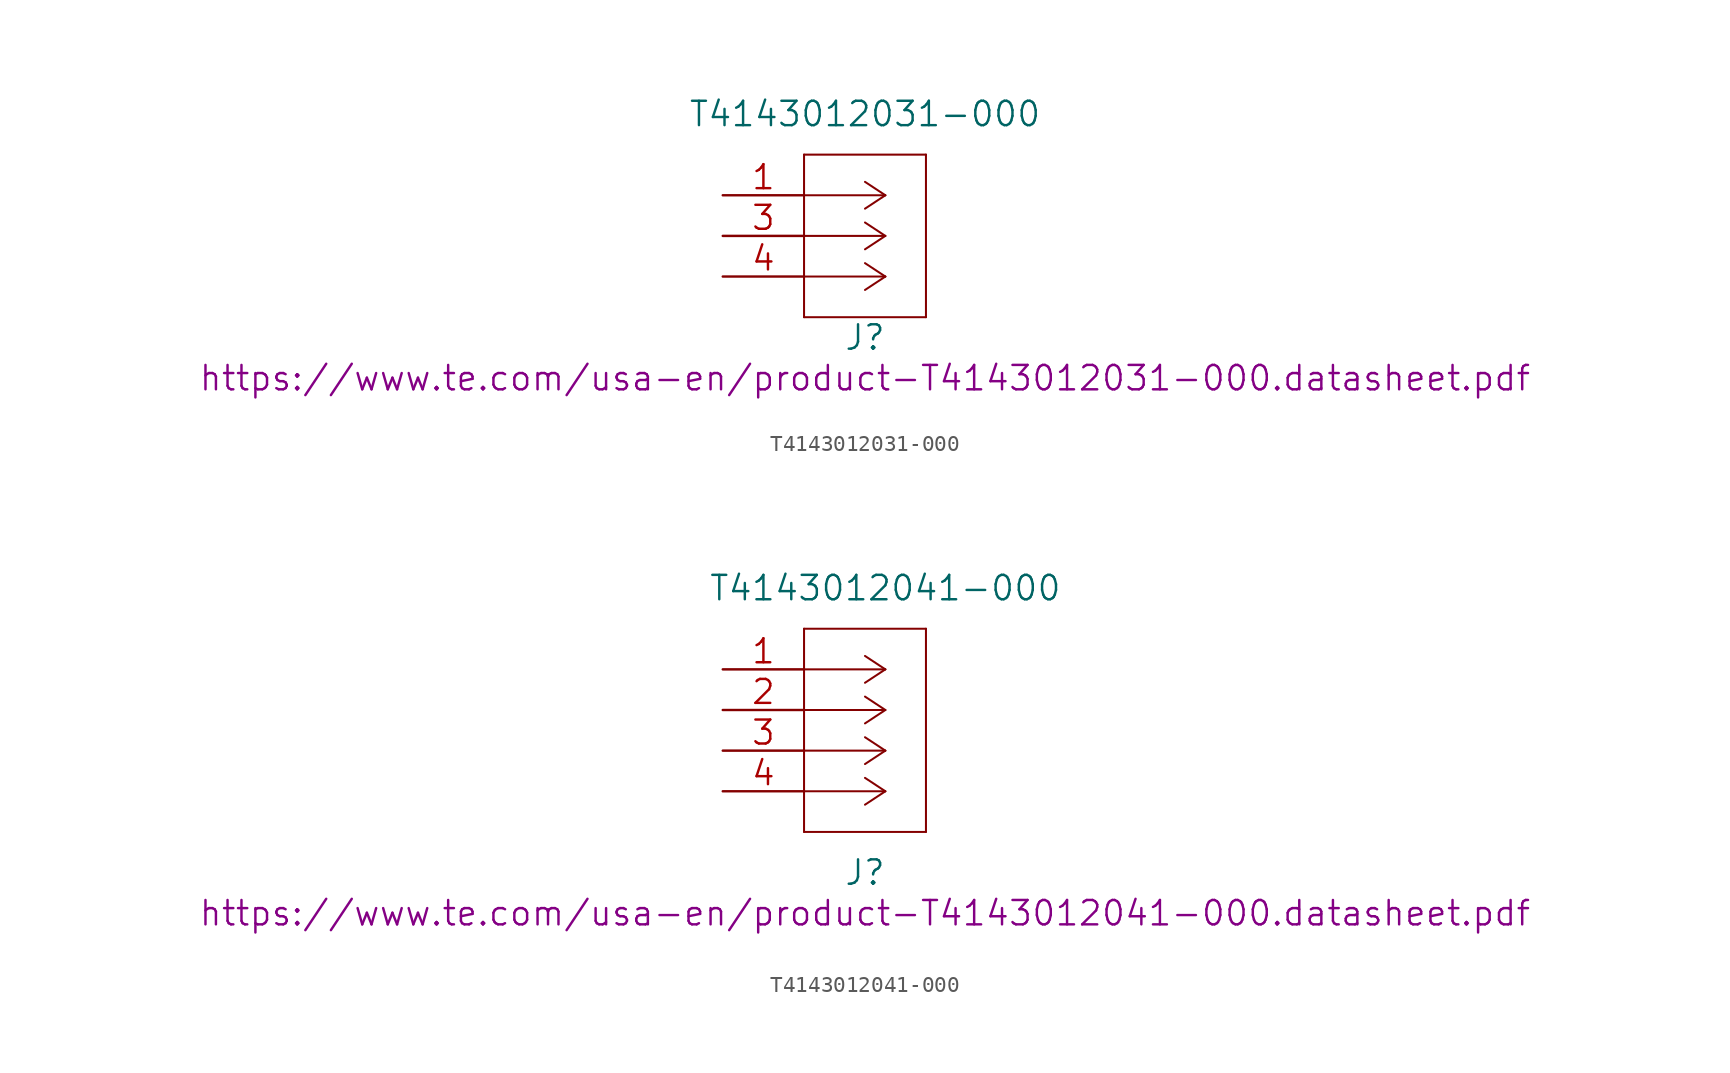
<source format=kicad_sym>
(kicad_symbol_lib
  (version 20220914)
  (generator kicad_symbol_editor)
  (symbol "T4143012031-000"
    (pin_names
      (offset 0.254) hide)
    (property "Reference" "J"
      (at 8.89 -8.89 0)
      (effects (font (size 1.524 1.524))))
    (property "Value" "T4143012031-000"
      (at 8.89 5.08 0)
      (effects (font (size 1.524 1.524))))
    (property "Datasheet" "https://www.te.com/usa-en/product-T4143012031-000.datasheet.pdf"
      (at 8.89 -11.43 0)
      (effects (font (size 1.524 1.524))))
    (symbol "T4143012031-000_1_1"
      (polyline (pts (xy 5.08 -7.62) (xy 12.7 -7.62)) (stroke (width 0.127) (type solid)) (fill (type none)))
      (polyline (pts (xy 5.08 2.54) (xy 5.08 -7.62)) (stroke (width 0.127) (type solid)) (fill (type none)))
      (polyline (pts (xy 10.16 -5.08) (xy 5.08 -5.08)) (stroke (width 0.127) (type solid)) (fill (type none)))
      (polyline (pts (xy 10.16 -5.08) (xy 8.89 -5.918)) (stroke (width 0.127) (type solid)) (fill (type none)))
      (polyline (pts (xy 10.16 -5.08) (xy 8.89 -4.242)) (stroke (width 0.127) (type solid)) (fill (type none)))
      (polyline (pts (xy 10.16 -2.54) (xy 5.08 -2.54)) (stroke (width 0.127) (type solid)) (fill (type none)))
      (polyline (pts (xy 10.16 -2.54) (xy 8.89 -3.378)) (stroke (width 0.127) (type solid)) (fill (type none)))
      (polyline (pts (xy 10.16 -2.54) (xy 8.89 -1.702)) (stroke (width 0.127) (type solid)) (fill (type none)))
      (polyline (pts (xy 10.16 0) (xy 5.08 0)) (stroke (width 0.127) (type solid)) (fill (type none)))
      (polyline (pts (xy 10.16 0) (xy 8.89 -0.838)) (stroke (width 0.127) (type solid)) (fill (type none)))
      (polyline (pts (xy 10.16 0) (xy 8.89 0.838)) (stroke (width 0.127) (type solid)) (fill (type none)))
      (polyline (pts (xy 12.7 -7.62) (xy 12.7 2.54)) (stroke (width 0.127) (type solid)) (fill (type none)))
      (polyline (pts (xy 12.7 2.54) (xy 5.08 2.54)) (stroke (width 0.127) (type solid)) (fill (type none)))
      (pin unspecified line (at 0 0 0) (length 5.08) (name "1" (effects (font (size 1.499 1.499)))) (number "1" (effects (font (size 1.499 1.499)))))
      (pin unspecified line (at 0 -2.54 0) (length 5.08) (name "2" (effects (font (size 1.499 1.499)))) (number "3" (effects (font (size 1.499 1.499)))))
      (pin unspecified line (at 0 -5.08 0) (length 5.08) (name "3" (effects (font (size 1.499 1.499)))) (number "4" (effects (font (size 1.499 1.499)))))))
  (symbol "T4143012041-000"
    (pin_names
      (offset 0.254) hide)
    (property "Reference" "J"
      (at 8.89 -12.7 0)
      (effects (font (size 1.524 1.524))))
    (property "Value" "T4143012041-000"
      (at 10.16 5.08 0)
      (effects (font (size 1.524 1.524))))
    (property "Datasheet" "https://www.te.com/usa-en/product-T4143012041-000.datasheet.pdf"
      (at 8.89 -15.24 0)
      (effects (font (size 1.524 1.524))))
    (symbol "T4143012041-000_1_1"
      (polyline (pts (xy 5.08 -10.16) (xy 12.7 -10.16)) (stroke (width 0.127) (type solid)) (fill (type none)))
      (polyline (pts (xy 5.08 2.54) (xy 5.08 -10.16)) (stroke (width 0.127) (type solid)) (fill (type none)))
      (polyline (pts (xy 10.16 -7.62) (xy 5.08 -7.62)) (stroke (width 0.127) (type solid)) (fill (type none)))
      (polyline (pts (xy 10.16 -7.62) (xy 8.89 -8.458)) (stroke (width 0.127) (type solid)) (fill (type none)))
      (polyline (pts (xy 10.16 -7.62) (xy 8.89 -6.782)) (stroke (width 0.127) (type solid)) (fill (type none)))
      (polyline (pts (xy 10.16 -5.08) (xy 5.08 -5.08)) (stroke (width 0.127) (type solid)) (fill (type none)))
      (polyline (pts (xy 10.16 -5.08) (xy 8.89 -5.918)) (stroke (width 0.127) (type solid)) (fill (type none)))
      (polyline (pts (xy 10.16 -5.08) (xy 8.89 -4.242)) (stroke (width 0.127) (type solid)) (fill (type none)))
      (polyline (pts (xy 10.16 -2.54) (xy 5.08 -2.54)) (stroke (width 0.127) (type solid)) (fill (type none)))
      (polyline (pts (xy 10.16 -2.54) (xy 8.89 -3.378)) (stroke (width 0.127) (type solid)) (fill (type none)))
      (polyline (pts (xy 10.16 -2.54) (xy 8.89 -1.702)) (stroke (width 0.127) (type solid)) (fill (type none)))
      (polyline (pts (xy 10.16 0) (xy 5.08 0)) (stroke (width 0.127) (type solid)) (fill (type none)))
      (polyline (pts (xy 10.16 0) (xy 8.89 -0.838)) (stroke (width 0.127) (type solid)) (fill (type none)))
      (polyline (pts (xy 10.16 0) (xy 8.89 0.838)) (stroke (width 0.127) (type solid)) (fill (type none)))
      (polyline (pts (xy 12.7 -10.16) (xy 12.7 2.54)) (stroke (width 0.127) (type solid)) (fill (type none)))
      (polyline (pts (xy 12.7 2.54) (xy 5.08 2.54)) (stroke (width 0.127) (type solid)) (fill (type none)))
      (pin output line (at 0 0 0) (length 5.08) (name "1" (effects (font (size 1.499 1.499)))) (number "1" (effects (font (size 1.499 1.499)))))
      (pin power_in line (at 0 -2.54 0) (length 5.08) (name "2" (effects (font (size 1.499 1.499)))) (number "2" (effects (font (size 1.499 1.499)))))
      (pin power_out line (at 0 -5.08 0) (length 5.08) (name "3" (effects (font (size 1.499 1.499)))) (number "3" (effects (font (size 1.499 1.499)))))
      (pin input line (at 0 -7.62 0) (length 5.08) (name "4" (effects (font (size 1.499 1.499)))) (number "4" (effects (font (size 1.499 1.499))))))))
</source>
